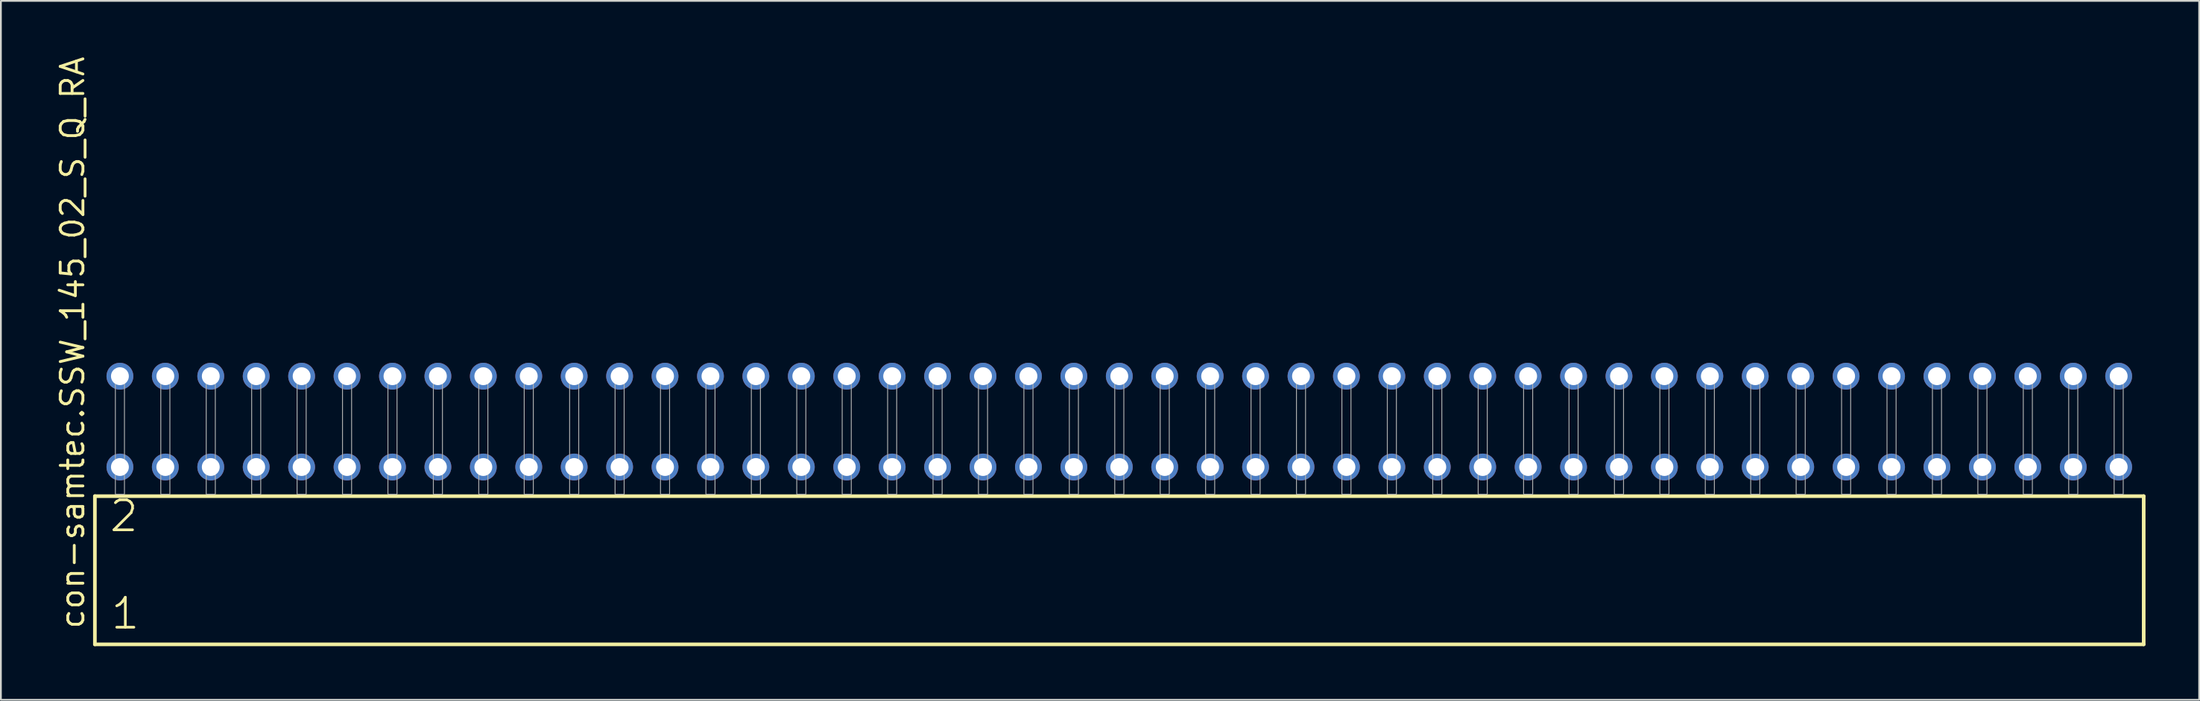
<source format=kicad_pcb>
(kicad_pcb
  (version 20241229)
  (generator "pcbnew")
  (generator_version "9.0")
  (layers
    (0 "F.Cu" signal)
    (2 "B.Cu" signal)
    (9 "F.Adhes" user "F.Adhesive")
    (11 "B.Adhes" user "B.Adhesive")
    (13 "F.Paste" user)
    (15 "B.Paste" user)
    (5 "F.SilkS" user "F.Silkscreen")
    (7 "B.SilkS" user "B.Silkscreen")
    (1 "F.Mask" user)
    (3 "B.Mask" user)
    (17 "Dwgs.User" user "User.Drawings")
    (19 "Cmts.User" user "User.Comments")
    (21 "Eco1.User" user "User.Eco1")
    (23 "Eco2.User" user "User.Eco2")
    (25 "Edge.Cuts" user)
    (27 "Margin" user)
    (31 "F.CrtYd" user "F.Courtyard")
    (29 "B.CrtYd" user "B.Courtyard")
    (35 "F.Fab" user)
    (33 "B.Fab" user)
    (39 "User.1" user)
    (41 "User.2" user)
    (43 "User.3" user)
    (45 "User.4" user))
  (footprint "con-samtec.SSW_145_02_S_Q_RA"
    (layer "F.Cu")
    (at 59.535 24.598)
    (property "Reference" "con-samtec.SSW_145_02_S_Q_RA" (at -57.785 7.62 90) (layer "F.SilkS") (effects (font (size 1.27 1.27) (thickness 0.16)) (justify left bottom)))
    (attr through_hole)
    (fp_line (start -57.279 0.106) (end -57.279 8.396) (stroke (width 0.203) (type default)) (layer "F.SilkS"))
    (fp_line (start -57.279 8.396) (end 57.279 8.396) (stroke (width 0.203) (type default)) (layer "F.SilkS"))
    (fp_line (start 57.279 0.106) (end -57.279 0.106) (stroke (width 0.203) (type default)) (layer "F.SilkS"))
    (fp_line (start 57.279 8.396) (end 57.279 0.106) (stroke (width 0.203) (type default)) (layer "F.SilkS"))
    (fp_rect (start -56.134 0) (end -55.626 -6.858) (stroke (width 0.05) (type default)) (fill no) (layer "F.Fab"))
    (fp_rect (start -53.594 0) (end -53.086 -6.858) (stroke (width 0.05) (type default)) (fill no) (layer "F.Fab"))
    (fp_rect (start -51.054 0) (end -50.546 -6.858) (stroke (width 0.05) (type default)) (fill no) (layer "F.Fab"))
    (fp_rect (start -48.514 0) (end -48.006 -6.858) (stroke (width 0.05) (type default)) (fill no) (layer "F.Fab"))
    (fp_rect (start -45.974 0) (end -45.466 -6.858) (stroke (width 0.05) (type default)) (fill no) (layer "F.Fab"))
    (fp_rect (start -43.434 0) (end -42.926 -6.858) (stroke (width 0.05) (type default)) (fill no) (layer "F.Fab"))
    (fp_rect (start -40.894 0) (end -40.386 -6.858) (stroke (width 0.05) (type default)) (fill no) (layer "F.Fab"))
    (fp_rect (start -38.354 0) (end -37.846 -6.858) (stroke (width 0.05) (type default)) (fill no) (layer "F.Fab"))
    (fp_rect (start -35.814 0) (end -35.306 -6.858) (stroke (width 0.05) (type default)) (fill no) (layer "F.Fab"))
    (fp_rect (start -33.274 0) (end -32.766 -6.858) (stroke (width 0.05) (type default)) (fill no) (layer "F.Fab"))
    (fp_rect (start -30.734 0) (end -30.226 -6.858) (stroke (width 0.05) (type default)) (fill no) (layer "F.Fab"))
    (fp_rect (start -28.194 0) (end -27.686 -6.858) (stroke (width 0.05) (type default)) (fill no) (layer "F.Fab"))
    (fp_rect (start -25.654 0) (end -25.146 -6.858) (stroke (width 0.05) (type default)) (fill no) (layer "F.Fab"))
    (fp_rect (start -23.114 0) (end -22.606 -6.858) (stroke (width 0.05) (type default)) (fill no) (layer "F.Fab"))
    (fp_rect (start -20.574 0) (end -20.066 -6.858) (stroke (width 0.05) (type default)) (fill no) (layer "F.Fab"))
    (fp_rect (start -18.034 0) (end -17.526 -6.858) (stroke (width 0.05) (type default)) (fill no) (layer "F.Fab"))
    (fp_rect (start -15.494 0) (end -14.986 -6.858) (stroke (width 0.05) (type default)) (fill no) (layer "F.Fab"))
    (fp_rect (start -12.954 0) (end -12.446 -6.858) (stroke (width 0.05) (type default)) (fill no) (layer "F.Fab"))
    (fp_rect (start -10.414 0) (end -9.906 -6.858) (stroke (width 0.05) (type default)) (fill no) (layer "F.Fab"))
    (fp_rect (start -7.874 0) (end -7.366 -6.858) (stroke (width 0.05) (type default)) (fill no) (layer "F.Fab"))
    (fp_rect (start -5.334 0) (end -4.826 -6.858) (stroke (width 0.05) (type default)) (fill no) (layer "F.Fab"))
    (fp_rect (start -2.794 0) (end -2.286 -6.858) (stroke (width 0.05) (type default)) (fill no) (layer "F.Fab"))
    (fp_rect (start -0.254 0) (end 0.254 -6.858) (stroke (width 0.05) (type default)) (fill no) (layer "F.Fab"))
    (fp_rect (start 2.286 0) (end 2.794 -6.858) (stroke (width 0.05) (type default)) (fill no) (layer "F.Fab"))
    (fp_rect (start 4.826 0) (end 5.334 -6.858) (stroke (width 0.05) (type default)) (fill no) (layer "F.Fab"))
    (fp_rect (start 7.366 0) (end 7.874 -6.858) (stroke (width 0.05) (type default)) (fill no) (layer "F.Fab"))
    (fp_rect (start 9.906 0) (end 10.414 -6.858) (stroke (width 0.05) (type default)) (fill no) (layer "F.Fab"))
    (fp_rect (start 12.446 0) (end 12.954 -6.858) (stroke (width 0.05) (type default)) (fill no) (layer "F.Fab"))
    (fp_rect (start 14.986 0) (end 15.494 -6.858) (stroke (width 0.05) (type default)) (fill no) (layer "F.Fab"))
    (fp_rect (start 17.526 0) (end 18.034 -6.858) (stroke (width 0.05) (type default)) (fill no) (layer "F.Fab"))
    (fp_rect (start 20.066 0) (end 20.574 -6.858) (stroke (width 0.05) (type default)) (fill no) (layer "F.Fab"))
    (fp_rect (start 22.606 0) (end 23.114 -6.858) (stroke (width 0.05) (type default)) (fill no) (layer "F.Fab"))
    (fp_rect (start 25.146 0) (end 25.654 -6.858) (stroke (width 0.05) (type default)) (fill no) (layer "F.Fab"))
    (fp_rect (start 27.686 0) (end 28.194 -6.858) (stroke (width 0.05) (type default)) (fill no) (layer "F.Fab"))
    (fp_rect (start 30.226 0) (end 30.734 -6.858) (stroke (width 0.05) (type default)) (fill no) (layer "F.Fab"))
    (fp_rect (start 32.766 0) (end 33.274 -6.858) (stroke (width 0.05) (type default)) (fill no) (layer "F.Fab"))
    (fp_rect (start 35.306 0) (end 35.814 -6.858) (stroke (width 0.05) (type default)) (fill no) (layer "F.Fab"))
    (fp_rect (start 37.846 0) (end 38.354 -6.858) (stroke (width 0.05) (type default)) (fill no) (layer "F.Fab"))
    (fp_rect (start 40.386 0) (end 40.894 -6.858) (stroke (width 0.05) (type default)) (fill no) (layer "F.Fab"))
    (fp_rect (start 42.926 0) (end 43.434 -6.858) (stroke (width 0.05) (type default)) (fill no) (layer "F.Fab"))
    (fp_rect (start 45.466 0) (end 45.974 -6.858) (stroke (width 0.05) (type default)) (fill no) (layer "F.Fab"))
    (fp_rect (start 48.006 0) (end 48.514 -6.858) (stroke (width 0.05) (type default)) (fill no) (layer "F.Fab"))
    (fp_rect (start 50.546 0) (end 51.054 -6.858) (stroke (width 0.05) (type default)) (fill no) (layer "F.Fab"))
    (fp_rect (start 53.086 0) (end 53.594 -6.858) (stroke (width 0.05) (type default)) (fill no) (layer "F.Fab"))
    (fp_rect (start 55.626 0) (end 56.134 -6.858) (stroke (width 0.05) (type default)) (fill no) (layer "F.Fab"))
    (fp_text user "2" (at -56.55 2.2 0) (layer "F.SilkS") (effects (font (size 1.676 1.676) (thickness 0.15)) (justify left bottom)))
    (fp_text user "1" (at -56.475 7.65 0) (layer "F.SilkS") (effects (font (size 1.676 1.676) (thickness 0.15)) (justify left bottom)))
    (pad "1" thru_hole circle (at -55.88 -1.524) (size 1.5 1.5) (drill 1) (layers "*.Cu" "*.Mask"))
    (pad "2" thru_hole circle (at -55.88 -6.604) (size 1.5 1.5) (drill 1) (layers "*.Cu" "*.Mask"))
    (pad "3" thru_hole circle (at -53.34 -1.524) (size 1.5 1.5) (drill 1) (layers "*.Cu" "*.Mask"))
    (pad "4" thru_hole circle (at -53.34 -6.604) (size 1.5 1.5) (drill 1) (layers "*.Cu" "*.Mask"))
    (pad "5" thru_hole circle (at -50.8 -1.524) (size 1.5 1.5) (drill 1) (layers "*.Cu" "*.Mask"))
    (pad "6" thru_hole circle (at -50.8 -6.604) (size 1.5 1.5) (drill 1) (layers "*.Cu" "*.Mask"))
    (pad "7" thru_hole circle (at -48.26 -1.524) (size 1.5 1.5) (drill 1) (layers "*.Cu" "*.Mask"))
    (pad "8" thru_hole circle (at -48.26 -6.604) (size 1.5 1.5) (drill 1) (layers "*.Cu" "*.Mask"))
    (pad "9" thru_hole circle (at -45.72 -1.524) (size 1.5 1.5) (drill 1) (layers "*.Cu" "*.Mask"))
    (pad "10" thru_hole circle (at -45.72 -6.604) (size 1.5 1.5) (drill 1) (layers "*.Cu" "*.Mask"))
    (pad "11" thru_hole circle (at -43.18 -1.524) (size 1.5 1.5) (drill 1) (layers "*.Cu" "*.Mask"))
    (pad "12" thru_hole circle (at -43.18 -6.604) (size 1.5 1.5) (drill 1) (layers "*.Cu" "*.Mask"))
    (pad "13" thru_hole circle (at -40.64 -1.524) (size 1.5 1.5) (drill 1) (layers "*.Cu" "*.Mask"))
    (pad "14" thru_hole circle (at -40.64 -6.604) (size 1.5 1.5) (drill 1) (layers "*.Cu" "*.Mask"))
    (pad "15" thru_hole circle (at -38.1 -1.524) (size 1.5 1.5) (drill 1) (layers "*.Cu" "*.Mask"))
    (pad "16" thru_hole circle (at -38.1 -6.604) (size 1.5 1.5) (drill 1) (layers "*.Cu" "*.Mask"))
    (pad "17" thru_hole circle (at -35.56 -1.524) (size 1.5 1.5) (drill 1) (layers "*.Cu" "*.Mask"))
    (pad "18" thru_hole circle (at -35.56 -6.604) (size 1.5 1.5) (drill 1) (layers "*.Cu" "*.Mask"))
    (pad "19" thru_hole circle (at -33.02 -1.524) (size 1.5 1.5) (drill 1) (layers "*.Cu" "*.Mask"))
    (pad "20" thru_hole circle (at -33.02 -6.604) (size 1.5 1.5) (drill 1) (layers "*.Cu" "*.Mask"))
    (pad "21" thru_hole circle (at -30.48 -1.524) (size 1.5 1.5) (drill 1) (layers "*.Cu" "*.Mask"))
    (pad "22" thru_hole circle (at -30.48 -6.604) (size 1.5 1.5) (drill 1) (layers "*.Cu" "*.Mask"))
    (pad "23" thru_hole circle (at -27.94 -1.524) (size 1.5 1.5) (drill 1) (layers "*.Cu" "*.Mask"))
    (pad "24" thru_hole circle (at -27.94 -6.604) (size 1.5 1.5) (drill 1) (layers "*.Cu" "*.Mask"))
    (pad "25" thru_hole circle (at -25.4 -1.524) (size 1.5 1.5) (drill 1) (layers "*.Cu" "*.Mask"))
    (pad "26" thru_hole circle (at -25.4 -6.604) (size 1.5 1.5) (drill 1) (layers "*.Cu" "*.Mask"))
    (pad "27" thru_hole circle (at -22.86 -1.524) (size 1.5 1.5) (drill 1) (layers "*.Cu" "*.Mask"))
    (pad "28" thru_hole circle (at -22.86 -6.604) (size 1.5 1.5) (drill 1) (layers "*.Cu" "*.Mask"))
    (pad "29" thru_hole circle (at -20.32 -1.524) (size 1.5 1.5) (drill 1) (layers "*.Cu" "*.Mask"))
    (pad "30" thru_hole circle (at -20.32 -6.604) (size 1.5 1.5) (drill 1) (layers "*.Cu" "*.Mask"))
    (pad "31" thru_hole circle (at -17.78 -1.524) (size 1.5 1.5) (drill 1) (layers "*.Cu" "*.Mask"))
    (pad "32" thru_hole circle (at -17.78 -6.604) (size 1.5 1.5) (drill 1) (layers "*.Cu" "*.Mask"))
    (pad "33" thru_hole circle (at -15.24 -1.524) (size 1.5 1.5) (drill 1) (layers "*.Cu" "*.Mask"))
    (pad "34" thru_hole circle (at -15.24 -6.604) (size 1.5 1.5) (drill 1) (layers "*.Cu" "*.Mask"))
    (pad "35" thru_hole circle (at -12.7 -1.524) (size 1.5 1.5) (drill 1) (layers "*.Cu" "*.Mask"))
    (pad "36" thru_hole circle (at -12.7 -6.604) (size 1.5 1.5) (drill 1) (layers "*.Cu" "*.Mask"))
    (pad "37" thru_hole circle (at -10.16 -1.524) (size 1.5 1.5) (drill 1) (layers "*.Cu" "*.Mask"))
    (pad "38" thru_hole circle (at -10.16 -6.604) (size 1.5 1.5) (drill 1) (layers "*.Cu" "*.Mask"))
    (pad "39" thru_hole circle (at -7.62 -1.524) (size 1.5 1.5) (drill 1) (layers "*.Cu" "*.Mask"))
    (pad "40" thru_hole circle (at -7.62 -6.604) (size 1.5 1.5) (drill 1) (layers "*.Cu" "*.Mask"))
    (pad "41" thru_hole circle (at -5.08 -1.524) (size 1.5 1.5) (drill 1) (layers "*.Cu" "*.Mask"))
    (pad "42" thru_hole circle (at -5.08 -6.604) (size 1.5 1.5) (drill 1) (layers "*.Cu" "*.Mask"))
    (pad "43" thru_hole circle (at -2.54 -1.524) (size 1.5 1.5) (drill 1) (layers "*.Cu" "*.Mask"))
    (pad "44" thru_hole circle (at -2.54 -6.604) (size 1.5 1.5) (drill 1) (layers "*.Cu" "*.Mask"))
    (pad "45" thru_hole circle (at 0 -1.524) (size 1.5 1.5) (drill 1) (layers "*.Cu" "*.Mask"))
    (pad "46" thru_hole circle (at 0 -6.604) (size 1.5 1.5) (drill 1) (layers "*.Cu" "*.Mask"))
    (pad "47" thru_hole circle (at 2.54 -1.524) (size 1.5 1.5) (drill 1) (layers "*.Cu" "*.Mask"))
    (pad "48" thru_hole circle (at 2.54 -6.604) (size 1.5 1.5) (drill 1) (layers "*.Cu" "*.Mask"))
    (pad "49" thru_hole circle (at 5.08 -1.524) (size 1.5 1.5) (drill 1) (layers "*.Cu" "*.Mask"))
    (pad "50" thru_hole circle (at 5.08 -6.604) (size 1.5 1.5) (drill 1) (layers "*.Cu" "*.Mask"))
    (pad "51" thru_hole circle (at 7.62 -1.524) (size 1.5 1.5) (drill 1) (layers "*.Cu" "*.Mask"))
    (pad "52" thru_hole circle (at 7.62 -6.604) (size 1.5 1.5) (drill 1) (layers "*.Cu" "*.Mask"))
    (pad "53" thru_hole circle (at 10.16 -1.524) (size 1.5 1.5) (drill 1) (layers "*.Cu" "*.Mask"))
    (pad "54" thru_hole circle (at 10.16 -6.604) (size 1.5 1.5) (drill 1) (layers "*.Cu" "*.Mask"))
    (pad "55" thru_hole circle (at 12.7 -1.524) (size 1.5 1.5) (drill 1) (layers "*.Cu" "*.Mask"))
    (pad "56" thru_hole circle (at 12.7 -6.604) (size 1.5 1.5) (drill 1) (layers "*.Cu" "*.Mask"))
    (pad "57" thru_hole circle (at 15.24 -1.524) (size 1.5 1.5) (drill 1) (layers "*.Cu" "*.Mask"))
    (pad "58" thru_hole circle (at 15.24 -6.604) (size 1.5 1.5) (drill 1) (layers "*.Cu" "*.Mask"))
    (pad "59" thru_hole circle (at 17.78 -1.524) (size 1.5 1.5) (drill 1) (layers "*.Cu" "*.Mask"))
    (pad "60" thru_hole circle (at 17.78 -6.604) (size 1.5 1.5) (drill 1) (layers "*.Cu" "*.Mask"))
    (pad "61" thru_hole circle (at 20.32 -1.524) (size 1.5 1.5) (drill 1) (layers "*.Cu" "*.Mask"))
    (pad "62" thru_hole circle (at 20.32 -6.604) (size 1.5 1.5) (drill 1) (layers "*.Cu" "*.Mask"))
    (pad "63" thru_hole circle (at 22.86 -1.524) (size 1.5 1.5) (drill 1) (layers "*.Cu" "*.Mask"))
    (pad "64" thru_hole circle (at 22.86 -6.604) (size 1.5 1.5) (drill 1) (layers "*.Cu" "*.Mask"))
    (pad "65" thru_hole circle (at 25.4 -1.524) (size 1.5 1.5) (drill 1) (layers "*.Cu" "*.Mask"))
    (pad "66" thru_hole circle (at 25.4 -6.604) (size 1.5 1.5) (drill 1) (layers "*.Cu" "*.Mask"))
    (pad "67" thru_hole circle (at 27.94 -1.524) (size 1.5 1.5) (drill 1) (layers "*.Cu" "*.Mask"))
    (pad "68" thru_hole circle (at 27.94 -6.604) (size 1.5 1.5) (drill 1) (layers "*.Cu" "*.Mask"))
    (pad "69" thru_hole circle (at 30.48 -1.524) (size 1.5 1.5) (drill 1) (layers "*.Cu" "*.Mask"))
    (pad "70" thru_hole circle (at 30.48 -6.604) (size 1.5 1.5) (drill 1) (layers "*.Cu" "*.Mask"))
    (pad "71" thru_hole circle (at 33.02 -1.524) (size 1.5 1.5) (drill 1) (layers "*.Cu" "*.Mask"))
    (pad "72" thru_hole circle (at 33.02 -6.604) (size 1.5 1.5) (drill 1) (layers "*.Cu" "*.Mask"))
    (pad "73" thru_hole circle (at 35.56 -1.524) (size 1.5 1.5) (drill 1) (layers "*.Cu" "*.Mask"))
    (pad "74" thru_hole circle (at 35.56 -6.604) (size 1.5 1.5) (drill 1) (layers "*.Cu" "*.Mask"))
    (pad "75" thru_hole circle (at 38.1 -1.524) (size 1.5 1.5) (drill 1) (layers "*.Cu" "*.Mask"))
    (pad "76" thru_hole circle (at 38.1 -6.604) (size 1.5 1.5) (drill 1) (layers "*.Cu" "*.Mask"))
    (pad "77" thru_hole circle (at 40.64 -1.524) (size 1.5 1.5) (drill 1) (layers "*.Cu" "*.Mask"))
    (pad "78" thru_hole circle (at 40.64 -6.604) (size 1.5 1.5) (drill 1) (layers "*.Cu" "*.Mask"))
    (pad "79" thru_hole circle (at 43.18 -1.524) (size 1.5 1.5) (drill 1) (layers "*.Cu" "*.Mask"))
    (pad "80" thru_hole circle (at 43.18 -6.604) (size 1.5 1.5) (drill 1) (layers "*.Cu" "*.Mask"))
    (pad "81" thru_hole circle (at 45.72 -1.524) (size 1.5 1.5) (drill 1) (layers "*.Cu" "*.Mask"))
    (pad "82" thru_hole circle (at 45.72 -6.604) (size 1.5 1.5) (drill 1) (layers "*.Cu" "*.Mask"))
    (pad "83" thru_hole circle (at 48.26 -1.524) (size 1.5 1.5) (drill 1) (layers "*.Cu" "*.Mask"))
    (pad "84" thru_hole circle (at 48.26 -6.604) (size 1.5 1.5) (drill 1) (layers "*.Cu" "*.Mask"))
    (pad "85" thru_hole circle (at 50.8 -1.524) (size 1.5 1.5) (drill 1) (layers "*.Cu" "*.Mask"))
    (pad "86" thru_hole circle (at 50.8 -6.604) (size 1.5 1.5) (drill 1) (layers "*.Cu" "*.Mask"))
    (pad "87" thru_hole circle (at 53.34 -1.524) (size 1.5 1.5) (drill 1) (layers "*.Cu" "*.Mask"))
    (pad "88" thru_hole circle (at 53.34 -6.604) (size 1.5 1.5) (drill 1) (layers "*.Cu" "*.Mask"))
    (pad "89" thru_hole circle (at 55.88 -1.524) (size 1.5 1.5) (drill 1) (layers "*.Cu" "*.Mask"))
    (pad "90" thru_hole circle (at 55.88 -6.604) (size 1.5 1.5) (drill 1) (layers "*.Cu" "*.Mask")))
  (gr_rect
    (start -3 -3)
    (end 119.916 36.096)
    (stroke (width 0.1) (type default))
    (fill no)
    (layer "Edge.Cuts")))
</source>
